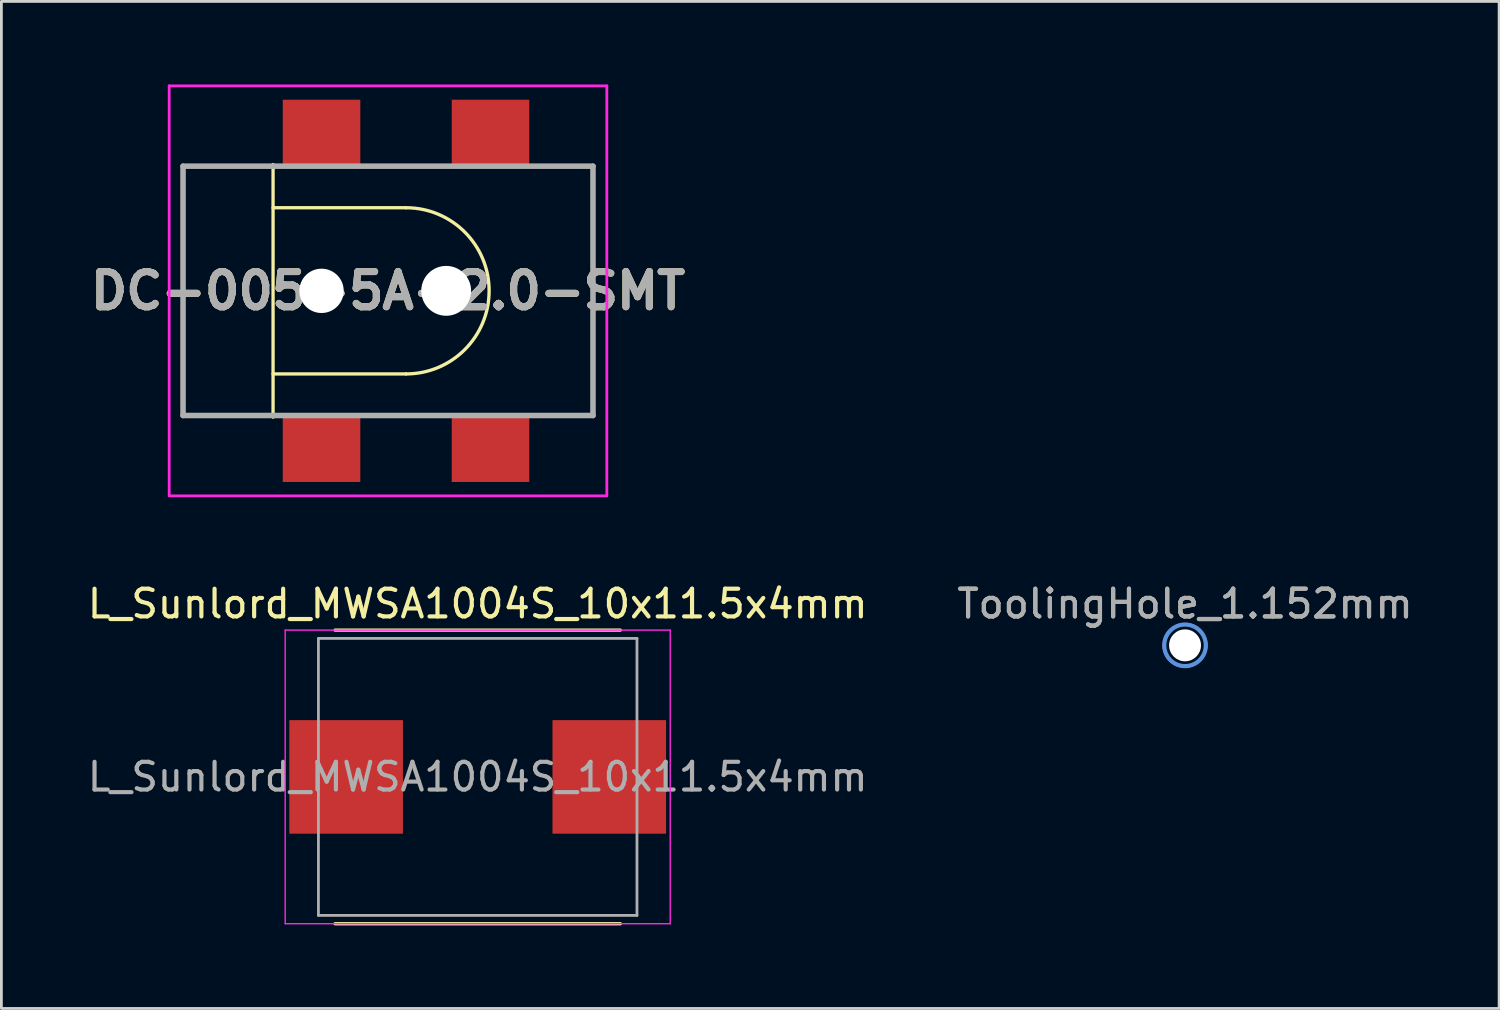
<source format=kicad_pcb>
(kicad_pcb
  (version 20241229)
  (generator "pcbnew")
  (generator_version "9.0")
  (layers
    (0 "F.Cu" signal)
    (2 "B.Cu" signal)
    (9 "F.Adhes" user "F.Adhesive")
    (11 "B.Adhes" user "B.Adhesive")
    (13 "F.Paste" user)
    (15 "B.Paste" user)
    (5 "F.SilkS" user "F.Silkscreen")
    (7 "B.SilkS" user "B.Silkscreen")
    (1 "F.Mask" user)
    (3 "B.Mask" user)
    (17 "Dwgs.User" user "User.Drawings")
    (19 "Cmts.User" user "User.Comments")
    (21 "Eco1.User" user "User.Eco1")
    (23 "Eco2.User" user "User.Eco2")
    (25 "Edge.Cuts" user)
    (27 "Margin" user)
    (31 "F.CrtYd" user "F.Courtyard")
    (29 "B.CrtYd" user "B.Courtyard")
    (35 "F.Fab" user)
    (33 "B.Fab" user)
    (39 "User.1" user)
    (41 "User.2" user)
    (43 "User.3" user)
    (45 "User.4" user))
  (footprint "L_Sunlord_MWSA1004S_10x11.5x4mm"
    (layer "F.Cu")
    (at 14.196 24.998)
    (property "Reference" "L_Sunlord_MWSA1004S_10x11.5x4mm" (at 0 -6.25 0) (layer "F.SilkS") (effects (font (size 1 1) (thickness 0.15))))
    (attr smd)
    (fp_line (start -5.15 -5.3) (end 5.15 -5.3) (stroke (width 0.12) (type solid)) (layer "F.SilkS"))
    (fp_line (start -5.15 5.3) (end 5.15 5.3) (stroke (width 0.12) (type solid)) (layer "F.SilkS"))
    (fp_line (start -6.95 -5.3) (end -6.95 5.3) (stroke (width 0.05) (type solid)) (layer "F.CrtYd"))
    (fp_line (start -6.95 5.3) (end 6.95 5.3) (stroke (width 0.05) (type solid)) (layer "F.CrtYd"))
    (fp_line (start 6.95 -5.3) (end -6.95 -5.3) (stroke (width 0.05) (type solid)) (layer "F.CrtYd"))
    (fp_line (start 6.95 5.3) (end 6.95 -5.3) (stroke (width 0.05) (type solid)) (layer "F.CrtYd"))
    (fp_line (start -5.75 -5) (end -5.75 5) (stroke (width 0.1) (type solid)) (layer "F.Fab"))
    (fp_line (start -5.75 5) (end 5.75 5) (stroke (width 0.1) (type solid)) (layer "F.Fab"))
    (fp_line (start 5.75 -5) (end -5.75 -5) (stroke (width 0.1) (type solid)) (layer "F.Fab"))
    (fp_line (start 5.75 5) (end 5.75 -5) (stroke (width 0.1) (type solid)) (layer "F.Fab"))
    (fp_text user "${REFERENCE}" (at 0 0 0) (layer "F.Fab") (effects (font (size 1 1) (thickness 0.15))))
    (pad "1" smd rect (at -4.75 0) (size 4.1 4.1) (layers "F.Cu" "F.Mask" "F.Paste" "Eco2.User"))
    (pad "2" smd rect (at 4.75 0) (size 4.1 4.1) (layers "F.Cu" "F.Mask" "F.Paste")))
  (footprint "ToolingHole_1.152mm"
    (layer "F.Cu")
    (at 39.732 20.248)
    (property "Reference" "ToolingHole_1.152mm" (at 0 -1.5 0) (layer "F.Fab") (effects (font (size 1 1) (thickness 0.15))))
    (attr board_only exclude_from_pos_files exclude_from_bom)
    (fp_circle (center 0 0) (end 0.75 0) (stroke (width 0.15) (type solid)) (fill no) (layer "Cmts.User"))
    (fp_circle (center 0 0) (end 0.75 0.25) (stroke (width 0.05) (type solid)) (fill no) (layer "F.CrtYd"))
    (fp_text user "${REFERENCE}" (at 0 -1.5 0) (layer "F.Fab") (effects (font (size 1 1) (thickness 0.15))))
    (pad "" np_thru_hole circle (at 0 0) (size 1.152 1.152) (drill 1.152) (layers "*.Cu" "*.Mask")))
  (footprint "DC-005-5A-2.0-SMT"
    (layer "F.Cu")
    (at 10.958 7.45)
    (property "Reference" "DC-005-5A-2.0-SMT" (at 0 0 0) (layer "F.SilkS") (effects (font (size 1.27 1.27) (thickness 0.254))))
    (fp_line (start -7.4 -4.5) (end -7.4 4.5) (stroke (width 0.1) (type solid)) (layer "F.SilkS"))
    (fp_line (start -7.4 4.5) (end -4.9 4.5) (stroke (width 0.1) (type solid)) (layer "F.SilkS"))
    (fp_line (start -4.9 -4.5) (end -7.4 -4.5) (stroke (width 0.1) (type solid)) (layer "F.SilkS"))
    (fp_line (start -4.15 -3) (end 0.65 -3) (stroke (width 0.12) (type solid)) (layer "F.SilkS"))
    (fp_line (start -4.15 3) (end 0.65 3) (stroke (width 0.12) (type solid)) (layer "F.SilkS"))
    (fp_line (start -4.15 4.56) (end -4.15 -4.56) (stroke (width 0.12) (type solid)) (layer "F.SilkS"))
    (fp_line (start -0.4 -4.5) (end 1.6 -4.5) (stroke (width 0.1) (type solid)) (layer "F.SilkS"))
    (fp_line (start -0.4 4.5) (end 1.6 4.5) (stroke (width 0.1) (type solid)) (layer "F.SilkS"))
    (fp_line (start 6.1 -4.5) (end 7.4 -4.5) (stroke (width 0.1) (type solid)) (layer "F.SilkS"))
    (fp_line (start 7.4 -4.5) (end 7.4 4.5) (stroke (width 0.1) (type solid)) (layer "F.SilkS"))
    (fp_line (start 7.4 4.5) (end 6.1 4.5) (stroke (width 0.1) (type solid)) (layer "F.SilkS"))
    (fp_arc (start 0.65 -3) (mid 3.65 0) (end 0.65 3) (stroke (width 0.12) (type solid)) (layer "F.SilkS"))
    (fp_line (start -7.9 -7.4) (end 7.9 -7.4) (stroke (width 0.1) (type solid)) (layer "F.CrtYd"))
    (fp_line (start -7.9 7.4) (end -7.9 -7.4) (stroke (width 0.1) (type solid)) (layer "F.CrtYd"))
    (fp_line (start 7.9 -7.4) (end 7.9 7.4) (stroke (width 0.1) (type solid)) (layer "F.CrtYd"))
    (fp_line (start 7.9 7.4) (end -7.9 7.4) (stroke (width 0.1) (type solid)) (layer "F.CrtYd"))
    (fp_line (start -7.4 -4.5) (end 7.4 -4.5) (stroke (width 0.2) (type solid)) (layer "F.Fab"))
    (fp_line (start -7.4 4.5) (end -7.4 -4.5) (stroke (width 0.2) (type solid)) (layer "F.Fab"))
    (fp_line (start 7.4 -4.5) (end 7.4 4.5) (stroke (width 0.2) (type solid)) (layer "F.Fab"))
    (fp_line (start 7.4 4.5) (end -7.4 4.5) (stroke (width 0.2) (type solid)) (layer "F.Fab"))
    (fp_text user "${REFERENCE}" (at 0 0 0) (layer "F.Fab") (effects (font (size 1.27 1.27) (thickness 0.254))))
    (pad "" np_thru_hole circle (at -2.4 0) (size 1.6 1.6) (drill 1.6) (layers "*.Cu" "*.Mask"))
    (pad "" np_thru_hole circle (at 2.1 0) (size 1.8 1.8) (drill 1.8) (layers "*.Cu" "*.Mask"))
    (pad "1" smd rect (at -2.4 -5.7 90) (size 2.4 2.8) (layers "F.Cu" "F.Mask" "F.Paste"))
    (pad "1" smd rect (at 3.7 -5.7 90) (size 2.4 2.8) (layers "F.Cu" "F.Mask" "F.Paste"))
    (pad "2" smd rect (at -2.4 5.7 90) (size 2.4 2.8) (layers "F.Cu" "F.Mask" "F.Paste"))
    (pad "3" smd rect (at 3.7 5.7 90) (size 2.4 2.8) (layers "F.Cu" "F.Mask" "F.Paste")))
  (gr_rect
    (start -3 -3)
    (end 51.071 33.358)
    (stroke (width 0.1) (type default))
    (fill no)
    (layer "Edge.Cuts")))
</source>
